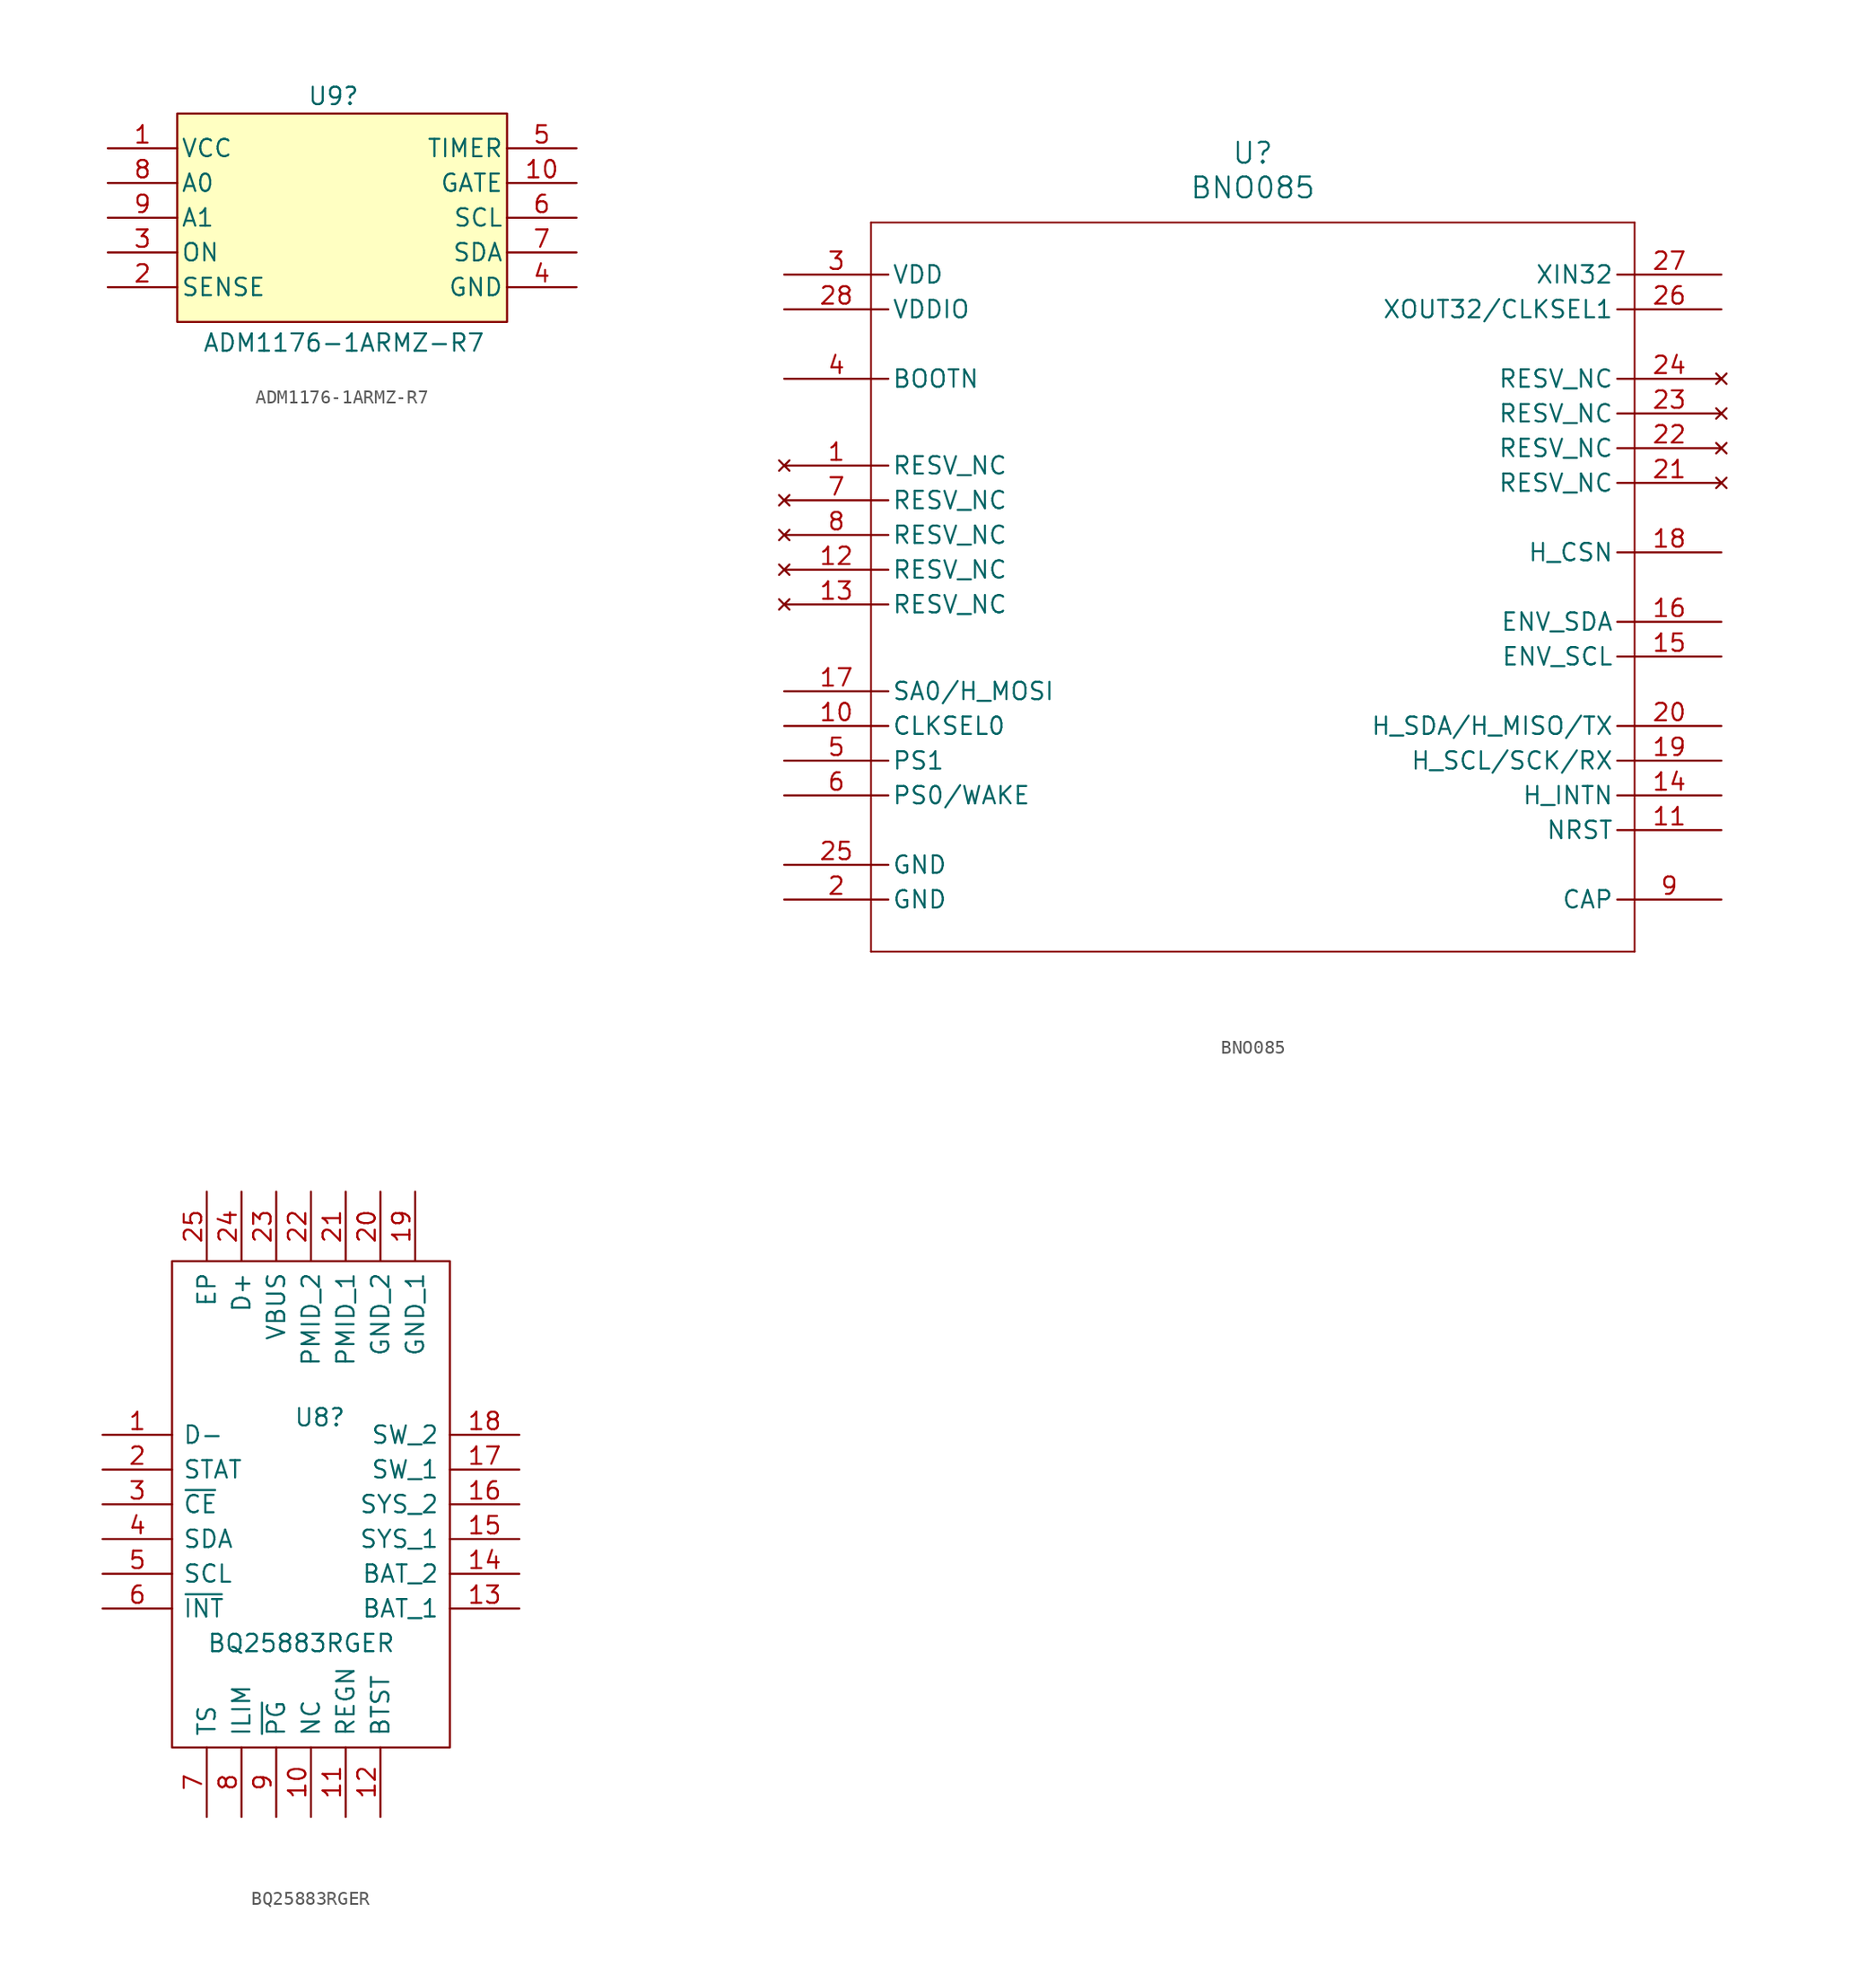
<source format=kicad_sym>
(kicad_symbol_lib
  (version 20231120)
  (generator "kicad_symbol_editor")
  (generator_version "8.0")
  (symbol "ADM1176-1ARMZ-R7"
    (pin_names
      (offset 0.254))
    (property "Reference" "U9"
      (at 0 8.89 0)
      (effects (font (size 1.27 1.27))))
    (property "Value" "ADM1176-1ARMZ-R7"
      (at 0.762 -9.144 0)
      (effects (font (size 1.27 1.27))))
    (symbol "ADM1176-1ARMZ-R7_1_0"
      (pin unspecified line (at -16.51 5.08 0) (length 5.08) (name "VCC" (effects (font (size 1.27 1.27)))) (number "1" (effects (font (size 1.27 1.27)))))
      (pin unspecified line (at 17.78 2.54 180) (length 5.08) (name "GATE" (effects (font (size 1.27 1.27)))) (number "10" (effects (font (size 1.27 1.27)))))
      (pin unspecified line (at -16.51 -5.08 0) (length 5.08) (name "SENSE" (effects (font (size 1.27 1.27)))) (number "2" (effects (font (size 1.27 1.27)))))
      (pin unspecified line (at -16.51 -2.54 0) (length 5.08) (name "ON" (effects (font (size 1.27 1.27)))) (number "3" (effects (font (size 1.27 1.27)))))
      (pin unspecified line (at 17.78 -5.08 180) (length 5.08) (name "GND" (effects (font (size 1.27 1.27)))) (number "4" (effects (font (size 1.27 1.27)))))
      (pin unspecified line (at 17.78 5.08 180) (length 5.08) (name "TIMER" (effects (font (size 1.27 1.27)))) (number "5" (effects (font (size 1.27 1.27)))))
      (pin unspecified line (at 17.78 0 180) (length 5.08) (name "SCL" (effects (font (size 1.27 1.27)))) (number "6" (effects (font (size 1.27 1.27)))))
      (pin unspecified line (at 17.78 -2.54 180) (length 5.08) (name "SDA" (effects (font (size 1.27 1.27)))) (number "7" (effects (font (size 1.27 1.27)))))
      (pin unspecified line (at -16.51 2.54 0) (length 5.08) (name "A0" (effects (font (size 1.27 1.27)))) (number "8" (effects (font (size 1.27 1.27)))))
      (pin unspecified line (at -16.51 0 0) (length 5.08) (name "A1" (effects (font (size 1.27 1.27)))) (number "9" (effects (font (size 1.27 1.27))))))
    (symbol "ADM1176-1ARMZ-R7_1_1"
      (rectangle (start -11.43 7.62) (end 12.7 -7.62) (stroke (width 0) (type solid)) (fill (type background)))))
  (symbol "BNO085"
    (pin_names
      (offset 0.254))
    (property "Reference" "U"
      (at 35.56 10.16 0)
      (effects (font (size 1.524 1.524))))
    (property "Value" "BNO085"
      (at 35.56 7.62 0)
      (effects (font (size 1.524 1.524))))
    (property "ki_locked" ""
      (at 0 0 0)
      (effects (font (size 1.27 1.27))))
    (symbol "BNO085_0_1"
      (polyline (pts (xy 7.62 -48.26) (xy 63.5 -48.26)) (stroke (width 0.127) (type default)) (fill (type none)))
      (polyline (pts (xy 7.62 5.08) (xy 7.62 -48.26)) (stroke (width 0.127) (type default)) (fill (type none)))
      (polyline (pts (xy 63.5 -48.26) (xy 63.5 5.08)) (stroke (width 0.127) (type default)) (fill (type none)))
      (polyline (pts (xy 63.5 5.08) (xy 7.62 5.08)) (stroke (width 0.127) (type default)) (fill (type none)))
      (pin no_connect line (at 1.27 -12.7 0) (length 7.62) (name "RESV_NC" (effects (font (size 1.27 1.27)))) (number "1" (effects (font (size 1.27 1.27)))))
      (pin input line (at 1.27 -31.75 0) (length 7.62) (name "CLKSEL0" (effects (font (size 1.27 1.27)))) (number "10" (effects (font (size 1.27 1.27)))))
      (pin input line (at 69.85 -39.37 180) (length 7.62) (name "NRST" (effects (font (size 1.27 1.27)))) (number "11" (effects (font (size 1.27 1.27)))))
      (pin no_connect line (at 1.27 -20.32 0) (length 7.62) (name "RESV_NC" (effects (font (size 1.27 1.27)))) (number "12" (effects (font (size 1.27 1.27)))))
      (pin no_connect line (at 1.27 -22.86 0) (length 7.62) (name "RESV_NC" (effects (font (size 1.27 1.27)))) (number "13" (effects (font (size 1.27 1.27)))))
      (pin output line (at 69.85 -36.83 180) (length 7.62) (name "H_INTN" (effects (font (size 1.27 1.27)))) (number "14" (effects (font (size 1.27 1.27)))))
      (pin bidirectional line (at 69.85 -26.67 180) (length 7.62) (name "ENV_SCL" (effects (font (size 1.27 1.27)))) (number "15" (effects (font (size 1.27 1.27)))))
      (pin bidirectional line (at 69.85 -24.13 180) (length 7.62) (name "ENV_SDA" (effects (font (size 1.27 1.27)))) (number "16" (effects (font (size 1.27 1.27)))))
      (pin input line (at 1.27 -29.21 0) (length 7.62) (name "SA0/H_MOSI" (effects (font (size 1.27 1.27)))) (number "17" (effects (font (size 1.27 1.27)))))
      (pin input line (at 69.85 -19.05 180) (length 7.62) (name "H_CSN" (effects (font (size 1.27 1.27)))) (number "18" (effects (font (size 1.27 1.27)))))
      (pin bidirectional line (at 69.85 -34.29 180) (length 7.62) (name "H_SCL/SCK/RX" (effects (font (size 1.27 1.27)))) (number "19" (effects (font (size 1.27 1.27)))))
      (pin power_out line (at 1.27 -44.45 0) (length 7.62) (name "GND" (effects (font (size 1.27 1.27)))) (number "2" (effects (font (size 1.27 1.27)))))
      (pin bidirectional line (at 69.85 -31.75 180) (length 7.62) (name "H_SDA/H_MISO/TX" (effects (font (size 1.27 1.27)))) (number "20" (effects (font (size 1.27 1.27)))))
      (pin no_connect line (at 69.85 -13.97 180) (length 7.62) (name "RESV_NC" (effects (font (size 1.27 1.27)))) (number "21" (effects (font (size 1.27 1.27)))))
      (pin no_connect line (at 69.85 -11.43 180) (length 7.62) (name "RESV_NC" (effects (font (size 1.27 1.27)))) (number "22" (effects (font (size 1.27 1.27)))))
      (pin no_connect line (at 69.85 -8.89 180) (length 7.62) (name "RESV_NC" (effects (font (size 1.27 1.27)))) (number "23" (effects (font (size 1.27 1.27)))))
      (pin no_connect line (at 69.85 -6.35 180) (length 7.62) (name "RESV_NC" (effects (font (size 1.27 1.27)))) (number "24" (effects (font (size 1.27 1.27)))))
      (pin power_out line (at 1.27 -41.91 0) (length 7.62) (name "GND" (effects (font (size 1.27 1.27)))) (number "25" (effects (font (size 1.27 1.27)))))
      (pin output line (at 69.85 -1.27 180) (length 7.62) (name "XOUT32/CLKSEL1" (effects (font (size 1.27 1.27)))) (number "26" (effects (font (size 1.27 1.27)))))
      (pin input line (at 69.85 1.27 180) (length 7.62) (name "XIN32" (effects (font (size 1.27 1.27)))) (number "27" (effects (font (size 1.27 1.27)))))
      (pin power_in line (at 1.27 -1.27 0) (length 7.62) (name "VDDIO" (effects (font (size 1.27 1.27)))) (number "28" (effects (font (size 1.27 1.27)))))
      (pin power_in line (at 1.27 1.27 0) (length 7.62) (name "VDD" (effects (font (size 1.27 1.27)))) (number "3" (effects (font (size 1.27 1.27)))))
      (pin input line (at 1.27 -6.35 0) (length 7.62) (name "BOOTN" (effects (font (size 1.27 1.27)))) (number "4" (effects (font (size 1.27 1.27)))))
      (pin input line (at 1.27 -34.29 0) (length 7.62) (name "PS1" (effects (font (size 1.27 1.27)))) (number "5" (effects (font (size 1.27 1.27)))))
      (pin input line (at 1.27 -36.83 0) (length 7.62) (name "PS0/WAKE" (effects (font (size 1.27 1.27)))) (number "6" (effects (font (size 1.27 1.27)))))
      (pin no_connect line (at 1.27 -15.24 0) (length 7.62) (name "RESV_NC" (effects (font (size 1.27 1.27)))) (number "7" (effects (font (size 1.27 1.27)))))
      (pin no_connect line (at 1.27 -17.78 0) (length 7.62) (name "RESV_NC" (effects (font (size 1.27 1.27)))) (number "8" (effects (font (size 1.27 1.27)))))
      (pin power_in line (at 69.85 -44.45 180) (length 7.62) (name "CAP" (effects (font (size 1.27 1.27)))) (number "9" (effects (font (size 1.27 1.27)))))))
  (symbol "BQ25883RGER"
    (pin_names
      (offset 0.762))
    (property "Reference" "U8"
      (at 13.97 1.27 0)
      (effects (font (size 1.27 1.27)) (justify left)))
    (property "Value" "BQ25883RGER"
      (at 7.62 -15.24 0)
      (effects (font (size 1.27 1.27)) (justify left)))
    (symbol "BQ25883RGER_0_0"
      (pin bidirectional line (at 0 0 0) (length 5.08) (name "D-" (effects (font (size 1.27 1.27)))) (number "1" (effects (font (size 1.27 1.27)))))
      (pin bidirectional line (at 15.24 -27.94 90) (length 5.08) (name "NC" (effects (font (size 1.27 1.27)))) (number "10" (effects (font (size 1.27 1.27)))))
      (pin bidirectional line (at 17.78 -27.94 90) (length 5.08) (name "REGN" (effects (font (size 1.27 1.27)))) (number "11" (effects (font (size 1.27 1.27)))))
      (pin bidirectional line (at 20.32 -27.94 90) (length 5.08) (name "BTST" (effects (font (size 1.27 1.27)))) (number "12" (effects (font (size 1.27 1.27)))))
      (pin bidirectional line (at 30.48 -12.7 180) (length 5.08) (name "BAT_1" (effects (font (size 1.27 1.27)))) (number "13" (effects (font (size 1.27 1.27)))))
      (pin bidirectional line (at 30.48 -10.16 180) (length 5.08) (name "BAT_2" (effects (font (size 1.27 1.27)))) (number "14" (effects (font (size 1.27 1.27)))))
      (pin bidirectional line (at 30.48 -7.62 180) (length 5.08) (name "SYS_1" (effects (font (size 1.27 1.27)))) (number "15" (effects (font (size 1.27 1.27)))))
      (pin bidirectional line (at 30.48 -5.08 180) (length 5.08) (name "SYS_2" (effects (font (size 1.27 1.27)))) (number "16" (effects (font (size 1.27 1.27)))))
      (pin bidirectional line (at 30.48 -2.54 180) (length 5.08) (name "SW_1" (effects (font (size 1.27 1.27)))) (number "17" (effects (font (size 1.27 1.27)))))
      (pin bidirectional line (at 30.48 0 180) (length 5.08) (name "SW_2" (effects (font (size 1.27 1.27)))) (number "18" (effects (font (size 1.27 1.27)))))
      (pin bidirectional line (at 22.86 17.78 270) (length 5.08) (name "GND_1" (effects (font (size 1.27 1.27)))) (number "19" (effects (font (size 1.27 1.27)))))
      (pin bidirectional line (at 0 -2.54 0) (length 5.08) (name "STAT" (effects (font (size 1.27 1.27)))) (number "2" (effects (font (size 1.27 1.27)))))
      (pin bidirectional line (at 20.32 17.78 270) (length 5.08) (name "GND_2" (effects (font (size 1.27 1.27)))) (number "20" (effects (font (size 1.27 1.27)))))
      (pin bidirectional line (at 17.78 17.78 270) (length 5.08) (name "PMID_1" (effects (font (size 1.27 1.27)))) (number "21" (effects (font (size 1.27 1.27)))))
      (pin bidirectional line (at 15.24 17.78 270) (length 5.08) (name "PMID_2" (effects (font (size 1.27 1.27)))) (number "22" (effects (font (size 1.27 1.27)))))
      (pin bidirectional line (at 12.7 17.78 270) (length 5.08) (name "VBUS" (effects (font (size 1.27 1.27)))) (number "23" (effects (font (size 1.27 1.27)))))
      (pin bidirectional line (at 10.16 17.78 270) (length 5.08) (name "D+" (effects (font (size 1.27 1.27)))) (number "24" (effects (font (size 1.27 1.27)))))
      (pin bidirectional line (at 7.62 17.78 270) (length 5.08) (name "EP" (effects (font (size 1.27 1.27)))) (number "25" (effects (font (size 1.27 1.27)))))
      (pin bidirectional line (at 0 -5.08 0) (length 5.08) (name "~{CE}" (effects (font (size 1.27 1.27)))) (number "3" (effects (font (size 1.27 1.27)))))
      (pin bidirectional line (at 0 -7.62 0) (length 5.08) (name "SDA" (effects (font (size 1.27 1.27)))) (number "4" (effects (font (size 1.27 1.27)))))
      (pin bidirectional line (at 0 -10.16 0) (length 5.08) (name "SCL" (effects (font (size 1.27 1.27)))) (number "5" (effects (font (size 1.27 1.27)))))
      (pin bidirectional line (at 0 -12.7 0) (length 5.08) (name "~{INT}" (effects (font (size 1.27 1.27)))) (number "6" (effects (font (size 1.27 1.27)))))
      (pin bidirectional line (at 7.62 -27.94 90) (length 5.08) (name "TS" (effects (font (size 1.27 1.27)))) (number "7" (effects (font (size 1.27 1.27)))))
      (pin bidirectional line (at 10.16 -27.94 90) (length 5.08) (name "ILIM" (effects (font (size 1.27 1.27)))) (number "8" (effects (font (size 1.27 1.27)))))
      (pin bidirectional line (at 12.7 -27.94 90) (length 5.08) (name "~{PG}" (effects (font (size 1.27 1.27)))) (number "9" (effects (font (size 1.27 1.27))))))
    (symbol "BQ25883RGER_0_1"
      (polyline (pts (xy 5.08 12.7) (xy 25.4 12.7) (xy 25.4 -22.86) (xy 5.08 -22.86) (xy 5.08 12.7)) (stroke (width 0.152) (type solid)) (fill (type none))))))
</source>
